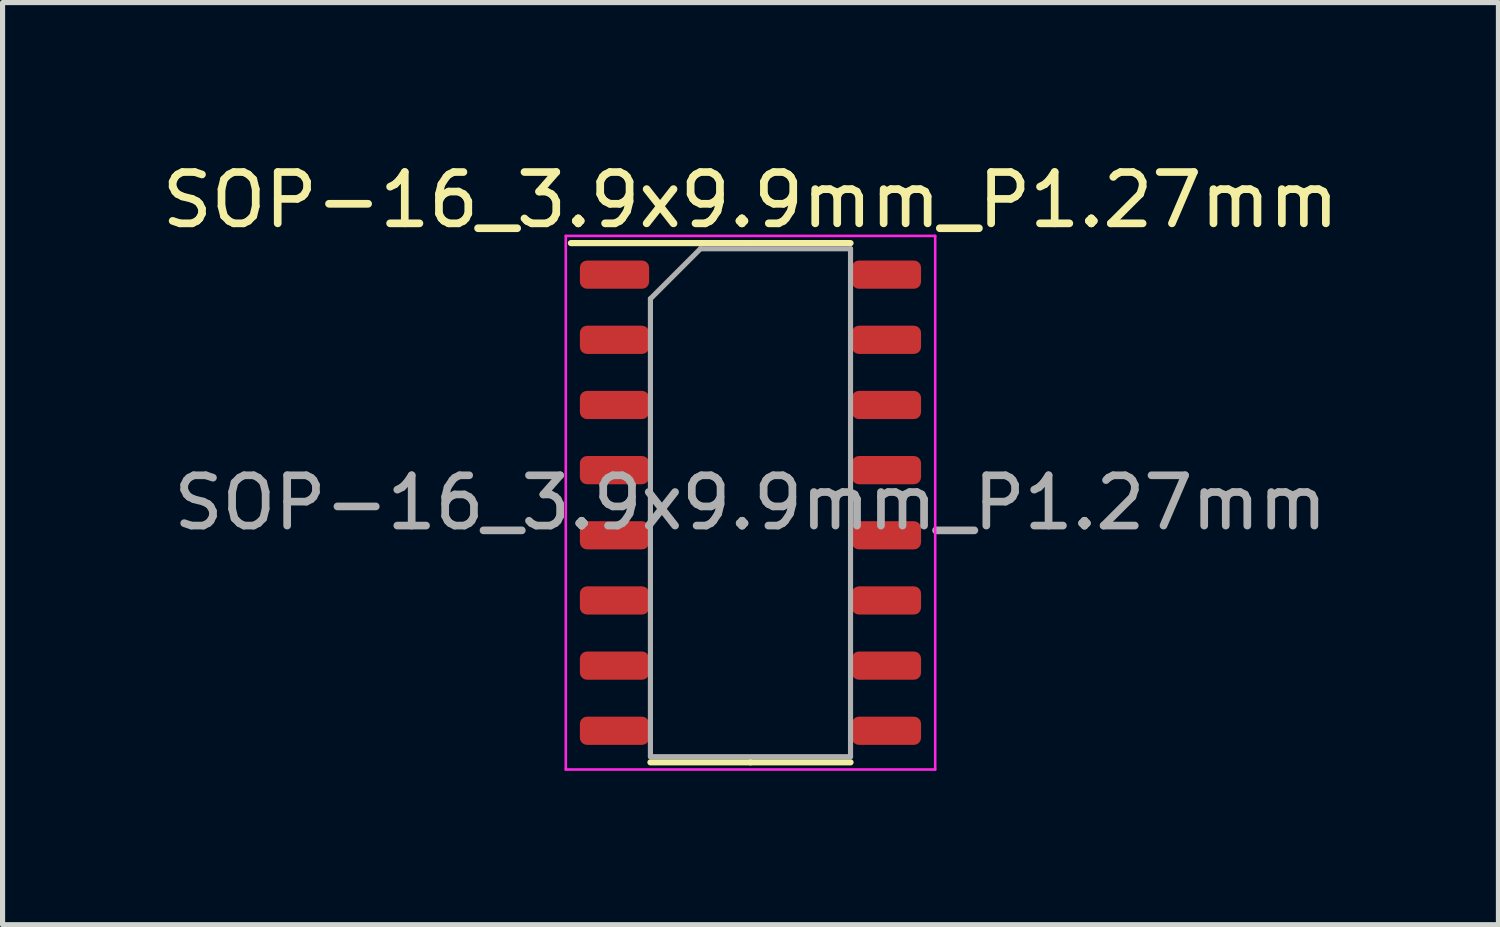
<source format=kicad_pcb>
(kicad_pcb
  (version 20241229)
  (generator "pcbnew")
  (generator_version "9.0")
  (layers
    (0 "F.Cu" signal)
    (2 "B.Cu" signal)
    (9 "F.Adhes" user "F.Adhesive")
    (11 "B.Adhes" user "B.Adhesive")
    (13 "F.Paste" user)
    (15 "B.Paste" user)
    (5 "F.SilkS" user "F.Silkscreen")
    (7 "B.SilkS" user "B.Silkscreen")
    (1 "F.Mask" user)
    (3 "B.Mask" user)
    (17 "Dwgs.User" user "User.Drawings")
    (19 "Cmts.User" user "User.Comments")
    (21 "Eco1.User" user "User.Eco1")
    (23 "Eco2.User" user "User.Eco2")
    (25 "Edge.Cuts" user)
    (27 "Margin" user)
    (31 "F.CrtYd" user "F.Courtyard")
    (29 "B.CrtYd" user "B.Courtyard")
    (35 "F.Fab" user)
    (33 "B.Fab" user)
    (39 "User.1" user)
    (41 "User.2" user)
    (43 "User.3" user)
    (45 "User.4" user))
  (footprint "SOP-16_3.9x9.9mm_P1.27mm"
    (layer "F.Cu")
    (at 11.577 6.748)
    (property "Reference" "SOP-16_3.9x9.9mm_P1.27mm" (at 0 -5.9 0) (layer "F.SilkS") (effects (font (size 1 1) (thickness 0.15))))
    (attr smd)
    (fp_line (start 0 -5.06) (end -3.5 -5.06) (stroke (width 0.12) (type solid)) (layer "F.SilkS"))
    (fp_line (start 0 -5.06) (end 1.95 -5.06) (stroke (width 0.12) (type solid)) (layer "F.SilkS"))
    (fp_line (start 0 5.06) (end -1.95 5.06) (stroke (width 0.12) (type solid)) (layer "F.SilkS"))
    (fp_line (start 0 5.06) (end 1.95 5.06) (stroke (width 0.12) (type solid)) (layer "F.SilkS"))
    (fp_line (start -3.6 -5.2) (end -3.6 5.2) (stroke (width 0.05) (type solid)) (layer "F.CrtYd"))
    (fp_line (start -3.6 5.2) (end 3.6 5.2) (stroke (width 0.05) (type solid)) (layer "F.CrtYd"))
    (fp_line (start 3.6 -5.2) (end -3.6 -5.2) (stroke (width 0.05) (type solid)) (layer "F.CrtYd"))
    (fp_line (start 3.6 5.2) (end 3.6 -5.2) (stroke (width 0.05) (type solid)) (layer "F.CrtYd"))
    (fp_line (start -1.95 -3.975) (end -0.975 -4.95) (stroke (width 0.1) (type solid)) (layer "F.Fab"))
    (fp_line (start -1.95 4.95) (end -1.95 -3.975) (stroke (width 0.1) (type solid)) (layer "F.Fab"))
    (fp_line (start -0.975 -4.95) (end 1.95 -4.95) (stroke (width 0.1) (type solid)) (layer "F.Fab"))
    (fp_line (start 1.95 -4.95) (end 1.95 4.95) (stroke (width 0.1) (type solid)) (layer "F.Fab"))
    (fp_line (start 1.95 4.95) (end -1.95 4.95) (stroke (width 0.1) (type solid)) (layer "F.Fab"))
    (fp_text user "${REFERENCE}" (at 0 0 0) (layer "F.Fab") (effects (font (size 0.98 0.98) (thickness 0.15))))
    (pad "1" smd roundrect (at -2.65 -4.445) (size 1.35 0.55) (layers "F.Cu" "F.Mask" "F.Paste") (roundrect_rratio 0.25))
    (pad "2" smd roundrect (at -2.65 -3.175) (size 1.35 0.55) (layers "F.Cu" "F.Mask" "F.Paste") (roundrect_rratio 0.25))
    (pad "3" smd roundrect (at -2.65 -1.905) (size 1.35 0.55) (layers "F.Cu" "F.Mask" "F.Paste") (roundrect_rratio 0.25))
    (pad "4" smd roundrect (at -2.65 -0.635) (size 1.35 0.55) (layers "F.Cu" "F.Mask" "F.Paste") (roundrect_rratio 0.25))
    (pad "5" smd roundrect (at -2.65 0.635) (size 1.35 0.55) (layers "F.Cu" "F.Mask" "F.Paste") (roundrect_rratio 0.25))
    (pad "6" smd roundrect (at -2.65 1.905) (size 1.35 0.55) (layers "F.Cu" "F.Mask" "F.Paste") (roundrect_rratio 0.25))
    (pad "7" smd roundrect (at -2.65 3.175) (size 1.35 0.55) (layers "F.Cu" "F.Mask" "F.Paste") (roundrect_rratio 0.25))
    (pad "8" smd roundrect (at -2.65 4.445) (size 1.35 0.55) (layers "F.Cu" "F.Mask" "F.Paste") (roundrect_rratio 0.25))
    (pad "9" smd roundrect (at 2.65 4.445) (size 1.35 0.55) (layers "F.Cu" "F.Mask" "F.Paste") (roundrect_rratio 0.25))
    (pad "10" smd roundrect (at 2.65 3.175) (size 1.35 0.55) (layers "F.Cu" "F.Mask" "F.Paste") (roundrect_rratio 0.25))
    (pad "11" smd roundrect (at 2.65 1.905) (size 1.35 0.55) (layers "F.Cu" "F.Mask" "F.Paste") (roundrect_rratio 0.25))
    (pad "12" smd roundrect (at 2.65 0.635) (size 1.35 0.55) (layers "F.Cu" "F.Mask" "F.Paste") (roundrect_rratio 0.25))
    (pad "13" smd roundrect (at 2.65 -0.635) (size 1.35 0.55) (layers "F.Cu" "F.Mask" "F.Paste") (roundrect_rratio 0.25))
    (pad "14" smd roundrect (at 2.65 -1.905) (size 1.35 0.55) (layers "F.Cu" "F.Mask" "F.Paste") (roundrect_rratio 0.25))
    (pad "15" smd roundrect (at 2.65 -3.175) (size 1.35 0.55) (layers "F.Cu" "F.Mask" "F.Paste") (roundrect_rratio 0.25))
    (pad "16" smd roundrect (at 2.65 -4.445) (size 1.35 0.55) (layers "F.Cu" "F.Mask" "F.Paste") (roundrect_rratio 0.25)))
  (gr_rect
    (start -3 -3)
    (end 26.155 14.973)
    (stroke (width 0.1) (type default))
    (fill no)
    (layer "Edge.Cuts")))
</source>
